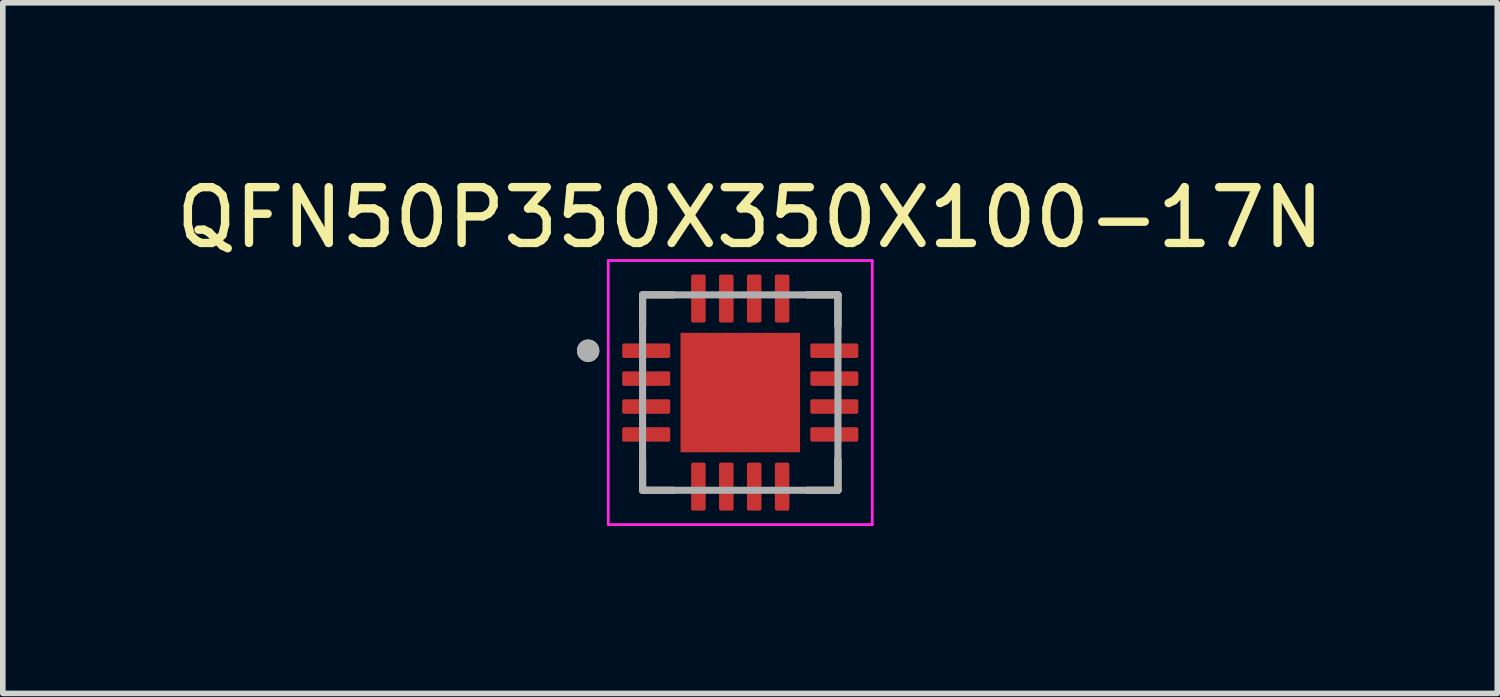
<source format=kicad_pcb>
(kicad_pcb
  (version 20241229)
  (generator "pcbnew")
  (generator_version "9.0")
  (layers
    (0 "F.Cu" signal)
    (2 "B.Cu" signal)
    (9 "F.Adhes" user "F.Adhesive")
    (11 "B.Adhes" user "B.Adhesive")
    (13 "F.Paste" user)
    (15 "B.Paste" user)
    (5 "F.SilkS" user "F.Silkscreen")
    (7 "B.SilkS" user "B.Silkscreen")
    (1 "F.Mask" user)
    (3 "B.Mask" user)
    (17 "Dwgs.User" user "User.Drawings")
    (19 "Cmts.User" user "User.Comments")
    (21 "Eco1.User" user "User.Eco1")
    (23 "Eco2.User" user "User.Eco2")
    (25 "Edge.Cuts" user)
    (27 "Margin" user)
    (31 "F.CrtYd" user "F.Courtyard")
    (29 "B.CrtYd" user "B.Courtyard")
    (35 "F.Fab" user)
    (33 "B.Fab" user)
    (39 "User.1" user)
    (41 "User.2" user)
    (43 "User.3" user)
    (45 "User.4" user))
  (footprint "QFN50P350X350X100-17N"
    (layer "F.Cu")
    (at 10.212 3.983)
    (property "Reference" "QFN50P350X350X100-17N" (at 0.175 -3.135 0) (layer "F.SilkS") (effects (font (size 1 1) (thickness 0.15))))
    (attr smd)
    (fp_line (start -1.75 -1.75) (end -1.75 -1.2) (stroke (width 0.127) (type solid)) (layer "F.SilkS"))
    (fp_line (start -1.75 -1.75) (end -1.2 -1.75) (stroke (width 0.127) (type solid)) (layer "F.SilkS"))
    (fp_line (start -1.75 1.75) (end -1.75 1.2) (stroke (width 0.127) (type solid)) (layer "F.SilkS"))
    (fp_line (start -1.75 1.75) (end -1.2 1.75) (stroke (width 0.127) (type solid)) (layer "F.SilkS"))
    (fp_line (start 1.75 -1.75) (end 1.2 -1.75) (stroke (width 0.127) (type solid)) (layer "F.SilkS"))
    (fp_line (start 1.75 -1.75) (end 1.75 -1.2) (stroke (width 0.127) (type solid)) (layer "F.SilkS"))
    (fp_line (start 1.75 1.75) (end 1.2 1.75) (stroke (width 0.127) (type solid)) (layer "F.SilkS"))
    (fp_line (start 1.75 1.75) (end 1.75 1.2) (stroke (width 0.127) (type solid)) (layer "F.SilkS"))
    (fp_circle (center -2.725 -0.75) (end -2.625 -0.75) (stroke (width 0.2) (type solid)) (fill no) (layer "F.SilkS"))
    (fp_poly (pts (xy -0.68 -0.68) (xy 0.68 -0.68) (xy 0.68 0.68) (xy -0.68 0.68)) (stroke (width 0.01) (type solid)) (fill yes) (layer "F.Paste"))
    (fp_line (start -2.365 -2.365) (end 2.365 -2.365) (stroke (width 0.05) (type solid)) (layer "F.CrtYd"))
    (fp_line (start -2.365 2.365) (end -2.365 -2.365) (stroke (width 0.05) (type solid)) (layer "F.CrtYd"))
    (fp_line (start -2.365 2.365) (end 2.365 2.365) (stroke (width 0.05) (type solid)) (layer "F.CrtYd"))
    (fp_line (start 2.365 2.365) (end 2.365 -2.365) (stroke (width 0.05) (type solid)) (layer "F.CrtYd"))
    (fp_line (start -1.75 1.75) (end -1.75 -1.75) (stroke (width 0.127) (type solid)) (layer "F.Fab"))
    (fp_line (start 1.75 -1.75) (end -1.75 -1.75) (stroke (width 0.127) (type solid)) (layer "F.Fab"))
    (fp_line (start 1.75 1.75) (end -1.75 1.75) (stroke (width 0.127) (type solid)) (layer "F.Fab"))
    (fp_line (start 1.75 1.75) (end 1.75 -1.75) (stroke (width 0.127) (type solid)) (layer "F.Fab"))
    (fp_circle (center -2.725 -0.75) (end -2.625 -0.75) (stroke (width 0.2) (type solid)) (fill no) (layer "F.Fab"))
    (pad "1" smd roundrect (at -1.685 -0.75) (size 0.86 0.26) (layers "F.Cu" "F.Mask" "F.Paste") (roundrect_rratio 0.125))
    (pad "2" smd roundrect (at -1.685 -0.25) (size 0.86 0.26) (layers "F.Cu" "F.Mask" "F.Paste") (roundrect_rratio 0.125))
    (pad "3" smd roundrect (at -1.685 0.25) (size 0.86 0.26) (layers "F.Cu" "F.Mask" "F.Paste") (roundrect_rratio 0.125))
    (pad "4" smd roundrect (at -1.685 0.75) (size 0.86 0.26) (layers "F.Cu" "F.Mask" "F.Paste") (roundrect_rratio 0.125))
    (pad "5" smd roundrect (at -0.75 1.685) (size 0.26 0.86) (layers "F.Cu" "F.Mask" "F.Paste") (roundrect_rratio 0.125))
    (pad "6" smd roundrect (at -0.25 1.685) (size 0.26 0.86) (layers "F.Cu" "F.Mask" "F.Paste") (roundrect_rratio 0.125))
    (pad "7" smd roundrect (at 0.25 1.685) (size 0.26 0.86) (layers "F.Cu" "F.Mask" "F.Paste") (roundrect_rratio 0.125))
    (pad "8" smd roundrect (at 0.75 1.685) (size 0.26 0.86) (layers "F.Cu" "F.Mask" "F.Paste") (roundrect_rratio 0.125))
    (pad "9" smd roundrect (at 1.685 0.75) (size 0.86 0.26) (layers "F.Cu" "F.Mask" "F.Paste") (roundrect_rratio 0.125))
    (pad "10" smd roundrect (at 1.685 0.25) (size 0.86 0.26) (layers "F.Cu" "F.Mask" "F.Paste") (roundrect_rratio 0.125))
    (pad "11" smd roundrect (at 1.685 -0.25) (size 0.86 0.26) (layers "F.Cu" "F.Mask" "F.Paste") (roundrect_rratio 0.125))
    (pad "12" smd roundrect (at 1.685 -0.75) (size 0.86 0.26) (layers "F.Cu" "F.Mask" "F.Paste") (roundrect_rratio 0.125))
    (pad "13" smd roundrect (at 0.75 -1.685) (size 0.26 0.86) (layers "F.Cu" "F.Mask" "F.Paste") (roundrect_rratio 0.125))
    (pad "14" smd roundrect (at 0.25 -1.685) (size 0.26 0.86) (layers "F.Cu" "F.Mask" "F.Paste") (roundrect_rratio 0.125))
    (pad "15" smd roundrect (at -0.25 -1.685) (size 0.26 0.86) (layers "F.Cu" "F.Mask" "F.Paste") (roundrect_rratio 0.125))
    (pad "16" smd roundrect (at -0.75 -1.685) (size 0.26 0.86) (layers "F.Cu" "F.Mask" "F.Paste") (roundrect_rratio 0.125))
    (pad "17" smd rect (at 0 0) (size 2.14 2.14) (layers "F.Cu" "F.Mask")))
  (gr_rect
    (start -3 -3)
    (end 23.774 9.373)
    (stroke (width 0.1) (type default))
    (fill no)
    (layer "Edge.Cuts")))
</source>
